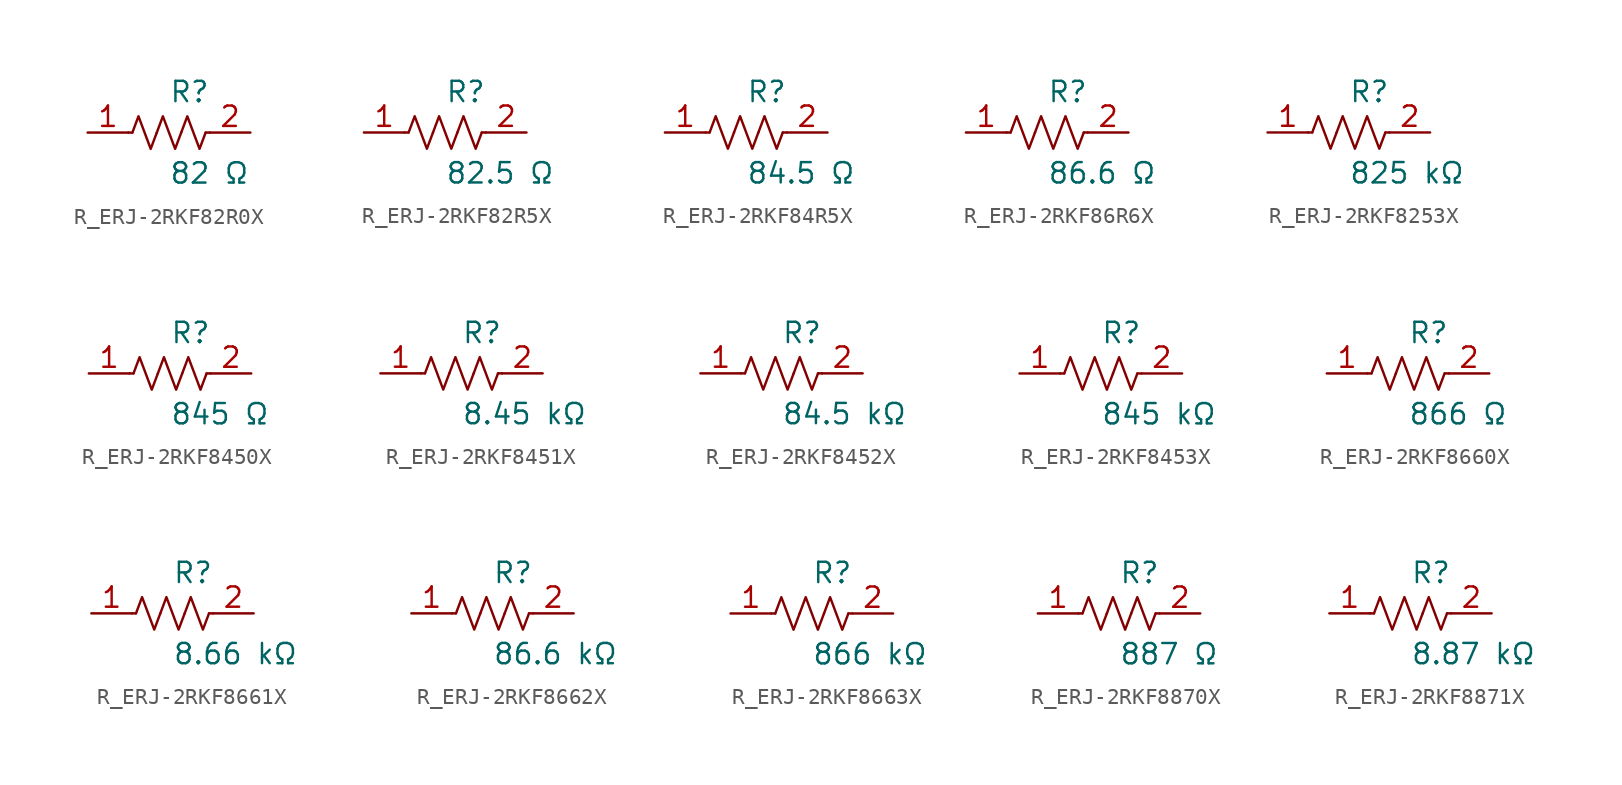
<source format=kicad_sym>
(kicad_symbol_lib
  (version 20231120)
  (generator kicad_symbol_editor)
  (generator_version 8.0)
  (symbol "R_ERJ-2RKF82R0X"
    (pin_names
      (offset 0.254))
    (property "Reference" "R"
      (at 0 2.54 0)
      (effects (font (size 1.27 1.27)) (justify left)))
    (property "Value" "82 Ω"
      (at 0 -2.54 0)
      (effects (font (size 1.27 1.27)) (justify left)))
    (symbol "R_ERJ-2RKF82R0X_0_1"
      (polyline (pts (xy 2.286 0) (xy 2.54 0)) (stroke (width 0) (type default)) (fill (type none)))
      (polyline (pts (xy -2.286 0) (xy -2.54 0)) (stroke (width 0) (type default)) (fill (type none)))
      (polyline (pts (xy 0.762 0) (xy 1.143 1.016) (xy 1.524 0) (xy 1.905 -1.016) (xy 2.286 0)) (stroke (width 0) (type default)) (fill (type none)))
      (polyline (pts (xy -0.762 0) (xy -0.381 1.016) (xy 0 0) (xy 0.381 -1.016) (xy 0.762 0)) (stroke (width 0) (type default)) (fill (type none)))
      (polyline (pts (xy -2.286 0) (xy -1.905 1.016) (xy -1.524 0) (xy -1.143 -1.016) (xy -0.762 0)) (stroke (width 0) (type default)) (fill (type none))))
    (pin passive line
      (at -5.08 0 0)
      (length 2.54)
      (name "" (effects (font (size 1.27 1.27))))
      (number "1" (effects (font (size 1.27 1.27)))))
    (pin passive line
      (at 5.08 0 180)
      (length 2.54)
      (name "" (effects (font (size 1.27 1.27))))
      (number "2" (effects (font (size 1.27 1.27))))))
  (symbol "R_ERJ-2RKF82R5X"
    (pin_names
      (offset 0.254))
    (property "Reference" "R"
      (at 0 2.54 0)
      (effects (font (size 1.27 1.27)) (justify left)))
    (property "Value" "82.5 Ω"
      (at 0 -2.54 0)
      (effects (font (size 1.27 1.27)) (justify left)))
    (symbol "R_ERJ-2RKF82R5X_0_1"
      (polyline (pts (xy 2.286 0) (xy 2.54 0)) (stroke (width 0) (type default)) (fill (type none)))
      (polyline (pts (xy -2.286 0) (xy -2.54 0)) (stroke (width 0) (type default)) (fill (type none)))
      (polyline (pts (xy 0.762 0) (xy 1.143 1.016) (xy 1.524 0) (xy 1.905 -1.016) (xy 2.286 0)) (stroke (width 0) (type default)) (fill (type none)))
      (polyline (pts (xy -0.762 0) (xy -0.381 1.016) (xy 0 0) (xy 0.381 -1.016) (xy 0.762 0)) (stroke (width 0) (type default)) (fill (type none)))
      (polyline (pts (xy -2.286 0) (xy -1.905 1.016) (xy -1.524 0) (xy -1.143 -1.016) (xy -0.762 0)) (stroke (width 0) (type default)) (fill (type none))))
    (pin passive line
      (at -5.08 0 0)
      (length 2.54)
      (name "" (effects (font (size 1.27 1.27))))
      (number "1" (effects (font (size 1.27 1.27)))))
    (pin passive line
      (at 5.08 0 180)
      (length 2.54)
      (name "" (effects (font (size 1.27 1.27))))
      (number "2" (effects (font (size 1.27 1.27))))))
  (symbol "R_ERJ-2RKF84R5X"
    (pin_names
      (offset 0.254))
    (property "Reference" "R"
      (at 0 2.54 0)
      (effects (font (size 1.27 1.27)) (justify left)))
    (property "Value" "84.5 Ω"
      (at 0 -2.54 0)
      (effects (font (size 1.27 1.27)) (justify left)))
    (symbol "R_ERJ-2RKF84R5X_0_1"
      (polyline (pts (xy 2.286 0) (xy 2.54 0)) (stroke (width 0) (type default)) (fill (type none)))
      (polyline (pts (xy -2.286 0) (xy -2.54 0)) (stroke (width 0) (type default)) (fill (type none)))
      (polyline (pts (xy 0.762 0) (xy 1.143 1.016) (xy 1.524 0) (xy 1.905 -1.016) (xy 2.286 0)) (stroke (width 0) (type default)) (fill (type none)))
      (polyline (pts (xy -0.762 0) (xy -0.381 1.016) (xy 0 0) (xy 0.381 -1.016) (xy 0.762 0)) (stroke (width 0) (type default)) (fill (type none)))
      (polyline (pts (xy -2.286 0) (xy -1.905 1.016) (xy -1.524 0) (xy -1.143 -1.016) (xy -0.762 0)) (stroke (width 0) (type default)) (fill (type none))))
    (pin passive line
      (at -5.08 0 0)
      (length 2.54)
      (name "" (effects (font (size 1.27 1.27))))
      (number "1" (effects (font (size 1.27 1.27)))))
    (pin passive line
      (at 5.08 0 180)
      (length 2.54)
      (name "" (effects (font (size 1.27 1.27))))
      (number "2" (effects (font (size 1.27 1.27))))))
  (symbol "R_ERJ-2RKF86R6X"
    (pin_names
      (offset 0.254))
    (property "Reference" "R"
      (at 0 2.54 0)
      (effects (font (size 1.27 1.27)) (justify left)))
    (property "Value" "86.6 Ω"
      (at 0 -2.54 0)
      (effects (font (size 1.27 1.27)) (justify left)))
    (symbol "R_ERJ-2RKF86R6X_0_1"
      (polyline (pts (xy 2.286 0) (xy 2.54 0)) (stroke (width 0) (type default)) (fill (type none)))
      (polyline (pts (xy -2.286 0) (xy -2.54 0)) (stroke (width 0) (type default)) (fill (type none)))
      (polyline (pts (xy 0.762 0) (xy 1.143 1.016) (xy 1.524 0) (xy 1.905 -1.016) (xy 2.286 0)) (stroke (width 0) (type default)) (fill (type none)))
      (polyline (pts (xy -0.762 0) (xy -0.381 1.016) (xy 0 0) (xy 0.381 -1.016) (xy 0.762 0)) (stroke (width 0) (type default)) (fill (type none)))
      (polyline (pts (xy -2.286 0) (xy -1.905 1.016) (xy -1.524 0) (xy -1.143 -1.016) (xy -0.762 0)) (stroke (width 0) (type default)) (fill (type none))))
    (pin passive line
      (at -5.08 0 0)
      (length 2.54)
      (name "" (effects (font (size 1.27 1.27))))
      (number "1" (effects (font (size 1.27 1.27)))))
    (pin passive line
      (at 5.08 0 180)
      (length 2.54)
      (name "" (effects (font (size 1.27 1.27))))
      (number "2" (effects (font (size 1.27 1.27))))))
  (symbol "R_ERJ-2RKF8253X"
    (pin_names
      (offset 0.254))
    (property "Reference" "R"
      (at 0 2.54 0)
      (effects (font (size 1.27 1.27)) (justify left)))
    (property "Value" "825 kΩ"
      (at 0 -2.54 0)
      (effects (font (size 1.27 1.27)) (justify left)))
    (symbol "R_ERJ-2RKF8253X_0_1"
      (polyline (pts (xy 2.286 0) (xy 2.54 0)) (stroke (width 0) (type default)) (fill (type none)))
      (polyline (pts (xy -2.286 0) (xy -2.54 0)) (stroke (width 0) (type default)) (fill (type none)))
      (polyline (pts (xy 0.762 0) (xy 1.143 1.016) (xy 1.524 0) (xy 1.905 -1.016) (xy 2.286 0)) (stroke (width 0) (type default)) (fill (type none)))
      (polyline (pts (xy -0.762 0) (xy -0.381 1.016) (xy 0 0) (xy 0.381 -1.016) (xy 0.762 0)) (stroke (width 0) (type default)) (fill (type none)))
      (polyline (pts (xy -2.286 0) (xy -1.905 1.016) (xy -1.524 0) (xy -1.143 -1.016) (xy -0.762 0)) (stroke (width 0) (type default)) (fill (type none))))
    (pin passive line
      (at -5.08 0 0)
      (length 2.54)
      (name "" (effects (font (size 1.27 1.27))))
      (number "1" (effects (font (size 1.27 1.27)))))
    (pin passive line
      (at 5.08 0 180)
      (length 2.54)
      (name "" (effects (font (size 1.27 1.27))))
      (number "2" (effects (font (size 1.27 1.27))))))
  (symbol "R_ERJ-2RKF8450X"
    (pin_names
      (offset 0.254))
    (property "Reference" "R"
      (at 0 2.54 0)
      (effects (font (size 1.27 1.27)) (justify left)))
    (property "Value" "845 Ω"
      (at 0 -2.54 0)
      (effects (font (size 1.27 1.27)) (justify left)))
    (symbol "R_ERJ-2RKF8450X_0_1"
      (polyline (pts (xy 2.286 0) (xy 2.54 0)) (stroke (width 0) (type default)) (fill (type none)))
      (polyline (pts (xy -2.286 0) (xy -2.54 0)) (stroke (width 0) (type default)) (fill (type none)))
      (polyline (pts (xy 0.762 0) (xy 1.143 1.016) (xy 1.524 0) (xy 1.905 -1.016) (xy 2.286 0)) (stroke (width 0) (type default)) (fill (type none)))
      (polyline (pts (xy -0.762 0) (xy -0.381 1.016) (xy 0 0) (xy 0.381 -1.016) (xy 0.762 0)) (stroke (width 0) (type default)) (fill (type none)))
      (polyline (pts (xy -2.286 0) (xy -1.905 1.016) (xy -1.524 0) (xy -1.143 -1.016) (xy -0.762 0)) (stroke (width 0) (type default)) (fill (type none))))
    (pin passive line
      (at -5.08 0 0)
      (length 2.54)
      (name "" (effects (font (size 1.27 1.27))))
      (number "1" (effects (font (size 1.27 1.27)))))
    (pin passive line
      (at 5.08 0 180)
      (length 2.54)
      (name "" (effects (font (size 1.27 1.27))))
      (number "2" (effects (font (size 1.27 1.27))))))
  (symbol "R_ERJ-2RKF8451X"
    (pin_names
      (offset 0.254))
    (property "Reference" "R"
      (at 0 2.54 0)
      (effects (font (size 1.27 1.27)) (justify left)))
    (property "Value" "8.45 kΩ"
      (at 0 -2.54 0)
      (effects (font (size 1.27 1.27)) (justify left)))
    (symbol "R_ERJ-2RKF8451X_0_1"
      (polyline (pts (xy 2.286 0) (xy 2.54 0)) (stroke (width 0) (type default)) (fill (type none)))
      (polyline (pts (xy -2.286 0) (xy -2.54 0)) (stroke (width 0) (type default)) (fill (type none)))
      (polyline (pts (xy 0.762 0) (xy 1.143 1.016) (xy 1.524 0) (xy 1.905 -1.016) (xy 2.286 0)) (stroke (width 0) (type default)) (fill (type none)))
      (polyline (pts (xy -0.762 0) (xy -0.381 1.016) (xy 0 0) (xy 0.381 -1.016) (xy 0.762 0)) (stroke (width 0) (type default)) (fill (type none)))
      (polyline (pts (xy -2.286 0) (xy -1.905 1.016) (xy -1.524 0) (xy -1.143 -1.016) (xy -0.762 0)) (stroke (width 0) (type default)) (fill (type none))))
    (pin passive line
      (at -5.08 0 0)
      (length 2.54)
      (name "" (effects (font (size 1.27 1.27))))
      (number "1" (effects (font (size 1.27 1.27)))))
    (pin passive line
      (at 5.08 0 180)
      (length 2.54)
      (name "" (effects (font (size 1.27 1.27))))
      (number "2" (effects (font (size 1.27 1.27))))))
  (symbol "R_ERJ-2RKF8452X"
    (pin_names
      (offset 0.254))
    (property "Reference" "R"
      (at 0 2.54 0)
      (effects (font (size 1.27 1.27)) (justify left)))
    (property "Value" "84.5 kΩ"
      (at 0 -2.54 0)
      (effects (font (size 1.27 1.27)) (justify left)))
    (symbol "R_ERJ-2RKF8452X_0_1"
      (polyline (pts (xy 2.286 0) (xy 2.54 0)) (stroke (width 0) (type default)) (fill (type none)))
      (polyline (pts (xy -2.286 0) (xy -2.54 0)) (stroke (width 0) (type default)) (fill (type none)))
      (polyline (pts (xy 0.762 0) (xy 1.143 1.016) (xy 1.524 0) (xy 1.905 -1.016) (xy 2.286 0)) (stroke (width 0) (type default)) (fill (type none)))
      (polyline (pts (xy -0.762 0) (xy -0.381 1.016) (xy 0 0) (xy 0.381 -1.016) (xy 0.762 0)) (stroke (width 0) (type default)) (fill (type none)))
      (polyline (pts (xy -2.286 0) (xy -1.905 1.016) (xy -1.524 0) (xy -1.143 -1.016) (xy -0.762 0)) (stroke (width 0) (type default)) (fill (type none))))
    (pin passive line
      (at -5.08 0 0)
      (length 2.54)
      (name "" (effects (font (size 1.27 1.27))))
      (number "1" (effects (font (size 1.27 1.27)))))
    (pin passive line
      (at 5.08 0 180)
      (length 2.54)
      (name "" (effects (font (size 1.27 1.27))))
      (number "2" (effects (font (size 1.27 1.27))))))
  (symbol "R_ERJ-2RKF8453X"
    (pin_names
      (offset 0.254))
    (property "Reference" "R"
      (at 0 2.54 0)
      (effects (font (size 1.27 1.27)) (justify left)))
    (property "Value" "845 kΩ"
      (at 0 -2.54 0)
      (effects (font (size 1.27 1.27)) (justify left)))
    (symbol "R_ERJ-2RKF8453X_0_1"
      (polyline (pts (xy 2.286 0) (xy 2.54 0)) (stroke (width 0) (type default)) (fill (type none)))
      (polyline (pts (xy -2.286 0) (xy -2.54 0)) (stroke (width 0) (type default)) (fill (type none)))
      (polyline (pts (xy 0.762 0) (xy 1.143 1.016) (xy 1.524 0) (xy 1.905 -1.016) (xy 2.286 0)) (stroke (width 0) (type default)) (fill (type none)))
      (polyline (pts (xy -0.762 0) (xy -0.381 1.016) (xy 0 0) (xy 0.381 -1.016) (xy 0.762 0)) (stroke (width 0) (type default)) (fill (type none)))
      (polyline (pts (xy -2.286 0) (xy -1.905 1.016) (xy -1.524 0) (xy -1.143 -1.016) (xy -0.762 0)) (stroke (width 0) (type default)) (fill (type none))))
    (pin passive line
      (at -5.08 0 0)
      (length 2.54)
      (name "" (effects (font (size 1.27 1.27))))
      (number "1" (effects (font (size 1.27 1.27)))))
    (pin passive line
      (at 5.08 0 180)
      (length 2.54)
      (name "" (effects (font (size 1.27 1.27))))
      (number "2" (effects (font (size 1.27 1.27))))))
  (symbol "R_ERJ-2RKF8660X"
    (pin_names
      (offset 0.254))
    (property "Reference" "R"
      (at 0 2.54 0)
      (effects (font (size 1.27 1.27)) (justify left)))
    (property "Value" "866 Ω"
      (at 0 -2.54 0)
      (effects (font (size 1.27 1.27)) (justify left)))
    (symbol "R_ERJ-2RKF8660X_0_1"
      (polyline (pts (xy 2.286 0) (xy 2.54 0)) (stroke (width 0) (type default)) (fill (type none)))
      (polyline (pts (xy -2.286 0) (xy -2.54 0)) (stroke (width 0) (type default)) (fill (type none)))
      (polyline (pts (xy 0.762 0) (xy 1.143 1.016) (xy 1.524 0) (xy 1.905 -1.016) (xy 2.286 0)) (stroke (width 0) (type default)) (fill (type none)))
      (polyline (pts (xy -0.762 0) (xy -0.381 1.016) (xy 0 0) (xy 0.381 -1.016) (xy 0.762 0)) (stroke (width 0) (type default)) (fill (type none)))
      (polyline (pts (xy -2.286 0) (xy -1.905 1.016) (xy -1.524 0) (xy -1.143 -1.016) (xy -0.762 0)) (stroke (width 0) (type default)) (fill (type none))))
    (pin passive line
      (at -5.08 0 0)
      (length 2.54)
      (name "" (effects (font (size 1.27 1.27))))
      (number "1" (effects (font (size 1.27 1.27)))))
    (pin passive line
      (at 5.08 0 180)
      (length 2.54)
      (name "" (effects (font (size 1.27 1.27))))
      (number "2" (effects (font (size 1.27 1.27))))))
  (symbol "R_ERJ-2RKF8661X"
    (pin_names
      (offset 0.254))
    (property "Reference" "R"
      (at 0 2.54 0)
      (effects (font (size 1.27 1.27)) (justify left)))
    (property "Value" "8.66 kΩ"
      (at 0 -2.54 0)
      (effects (font (size 1.27 1.27)) (justify left)))
    (symbol "R_ERJ-2RKF8661X_0_1"
      (polyline (pts (xy 2.286 0) (xy 2.54 0)) (stroke (width 0) (type default)) (fill (type none)))
      (polyline (pts (xy -2.286 0) (xy -2.54 0)) (stroke (width 0) (type default)) (fill (type none)))
      (polyline (pts (xy 0.762 0) (xy 1.143 1.016) (xy 1.524 0) (xy 1.905 -1.016) (xy 2.286 0)) (stroke (width 0) (type default)) (fill (type none)))
      (polyline (pts (xy -0.762 0) (xy -0.381 1.016) (xy 0 0) (xy 0.381 -1.016) (xy 0.762 0)) (stroke (width 0) (type default)) (fill (type none)))
      (polyline (pts (xy -2.286 0) (xy -1.905 1.016) (xy -1.524 0) (xy -1.143 -1.016) (xy -0.762 0)) (stroke (width 0) (type default)) (fill (type none))))
    (pin passive line
      (at -5.08 0 0)
      (length 2.54)
      (name "" (effects (font (size 1.27 1.27))))
      (number "1" (effects (font (size 1.27 1.27)))))
    (pin passive line
      (at 5.08 0 180)
      (length 2.54)
      (name "" (effects (font (size 1.27 1.27))))
      (number "2" (effects (font (size 1.27 1.27))))))
  (symbol "R_ERJ-2RKF8662X"
    (pin_names
      (offset 0.254))
    (property "Reference" "R"
      (at 0 2.54 0)
      (effects (font (size 1.27 1.27)) (justify left)))
    (property "Value" "86.6 kΩ"
      (at 0 -2.54 0)
      (effects (font (size 1.27 1.27)) (justify left)))
    (symbol "R_ERJ-2RKF8662X_0_1"
      (polyline (pts (xy 2.286 0) (xy 2.54 0)) (stroke (width 0) (type default)) (fill (type none)))
      (polyline (pts (xy -2.286 0) (xy -2.54 0)) (stroke (width 0) (type default)) (fill (type none)))
      (polyline (pts (xy 0.762 0) (xy 1.143 1.016) (xy 1.524 0) (xy 1.905 -1.016) (xy 2.286 0)) (stroke (width 0) (type default)) (fill (type none)))
      (polyline (pts (xy -0.762 0) (xy -0.381 1.016) (xy 0 0) (xy 0.381 -1.016) (xy 0.762 0)) (stroke (width 0) (type default)) (fill (type none)))
      (polyline (pts (xy -2.286 0) (xy -1.905 1.016) (xy -1.524 0) (xy -1.143 -1.016) (xy -0.762 0)) (stroke (width 0) (type default)) (fill (type none))))
    (pin passive line
      (at -5.08 0 0)
      (length 2.54)
      (name "" (effects (font (size 1.27 1.27))))
      (number "1" (effects (font (size 1.27 1.27)))))
    (pin passive line
      (at 5.08 0 180)
      (length 2.54)
      (name "" (effects (font (size 1.27 1.27))))
      (number "2" (effects (font (size 1.27 1.27))))))
  (symbol "R_ERJ-2RKF8663X"
    (pin_names
      (offset 0.254))
    (property "Reference" "R"
      (at 0 2.54 0)
      (effects (font (size 1.27 1.27)) (justify left)))
    (property "Value" "866 kΩ"
      (at 0 -2.54 0)
      (effects (font (size 1.27 1.27)) (justify left)))
    (symbol "R_ERJ-2RKF8663X_0_1"
      (polyline (pts (xy 2.286 0) (xy 2.54 0)) (stroke (width 0) (type default)) (fill (type none)))
      (polyline (pts (xy -2.286 0) (xy -2.54 0)) (stroke (width 0) (type default)) (fill (type none)))
      (polyline (pts (xy 0.762 0) (xy 1.143 1.016) (xy 1.524 0) (xy 1.905 -1.016) (xy 2.286 0)) (stroke (width 0) (type default)) (fill (type none)))
      (polyline (pts (xy -0.762 0) (xy -0.381 1.016) (xy 0 0) (xy 0.381 -1.016) (xy 0.762 0)) (stroke (width 0) (type default)) (fill (type none)))
      (polyline (pts (xy -2.286 0) (xy -1.905 1.016) (xy -1.524 0) (xy -1.143 -1.016) (xy -0.762 0)) (stroke (width 0) (type default)) (fill (type none))))
    (pin passive line
      (at -5.08 0 0)
      (length 2.54)
      (name "" (effects (font (size 1.27 1.27))))
      (number "1" (effects (font (size 1.27 1.27)))))
    (pin passive line
      (at 5.08 0 180)
      (length 2.54)
      (name "" (effects (font (size 1.27 1.27))))
      (number "2" (effects (font (size 1.27 1.27))))))
  (symbol "R_ERJ-2RKF8870X"
    (pin_names
      (offset 0.254))
    (property "Reference" "R"
      (at 0 2.54 0)
      (effects (font (size 1.27 1.27)) (justify left)))
    (property "Value" "887 Ω"
      (at 0 -2.54 0)
      (effects (font (size 1.27 1.27)) (justify left)))
    (symbol "R_ERJ-2RKF8870X_0_1"
      (polyline (pts (xy 2.286 0) (xy 2.54 0)) (stroke (width 0) (type default)) (fill (type none)))
      (polyline (pts (xy -2.286 0) (xy -2.54 0)) (stroke (width 0) (type default)) (fill (type none)))
      (polyline (pts (xy 0.762 0) (xy 1.143 1.016) (xy 1.524 0) (xy 1.905 -1.016) (xy 2.286 0)) (stroke (width 0) (type default)) (fill (type none)))
      (polyline (pts (xy -0.762 0) (xy -0.381 1.016) (xy 0 0) (xy 0.381 -1.016) (xy 0.762 0)) (stroke (width 0) (type default)) (fill (type none)))
      (polyline (pts (xy -2.286 0) (xy -1.905 1.016) (xy -1.524 0) (xy -1.143 -1.016) (xy -0.762 0)) (stroke (width 0) (type default)) (fill (type none))))
    (pin passive line
      (at -5.08 0 0)
      (length 2.54)
      (name "" (effects (font (size 1.27 1.27))))
      (number "1" (effects (font (size 1.27 1.27)))))
    (pin passive line
      (at 5.08 0 180)
      (length 2.54)
      (name "" (effects (font (size 1.27 1.27))))
      (number "2" (effects (font (size 1.27 1.27))))))
  (symbol "R_ERJ-2RKF8871X"
    (pin_names
      (offset 0.254))
    (property "Reference" "R"
      (at 0 2.54 0)
      (effects (font (size 1.27 1.27)) (justify left)))
    (property "Value" "8.87 kΩ"
      (at 0 -2.54 0)
      (effects (font (size 1.27 1.27)) (justify left)))
    (symbol "R_ERJ-2RKF8871X_0_1"
      (polyline (pts (xy 2.286 0) (xy 2.54 0)) (stroke (width 0) (type default)) (fill (type none)))
      (polyline (pts (xy -2.286 0) (xy -2.54 0)) (stroke (width 0) (type default)) (fill (type none)))
      (polyline (pts (xy 0.762 0) (xy 1.143 1.016) (xy 1.524 0) (xy 1.905 -1.016) (xy 2.286 0)) (stroke (width 0) (type default)) (fill (type none)))
      (polyline (pts (xy -0.762 0) (xy -0.381 1.016) (xy 0 0) (xy 0.381 -1.016) (xy 0.762 0)) (stroke (width 0) (type default)) (fill (type none)))
      (polyline (pts (xy -2.286 0) (xy -1.905 1.016) (xy -1.524 0) (xy -1.143 -1.016) (xy -0.762 0)) (stroke (width 0) (type default)) (fill (type none))))
    (pin passive line
      (at -5.08 0 0)
      (length 2.54)
      (name "" (effects (font (size 1.27 1.27))))
      (number "1" (effects (font (size 1.27 1.27)))))
    (pin passive line
      (at 5.08 0 180)
      (length 2.54)
      (name "" (effects (font (size 1.27 1.27))))
      (number "2" (effects (font (size 1.27 1.27)))))))
</source>
